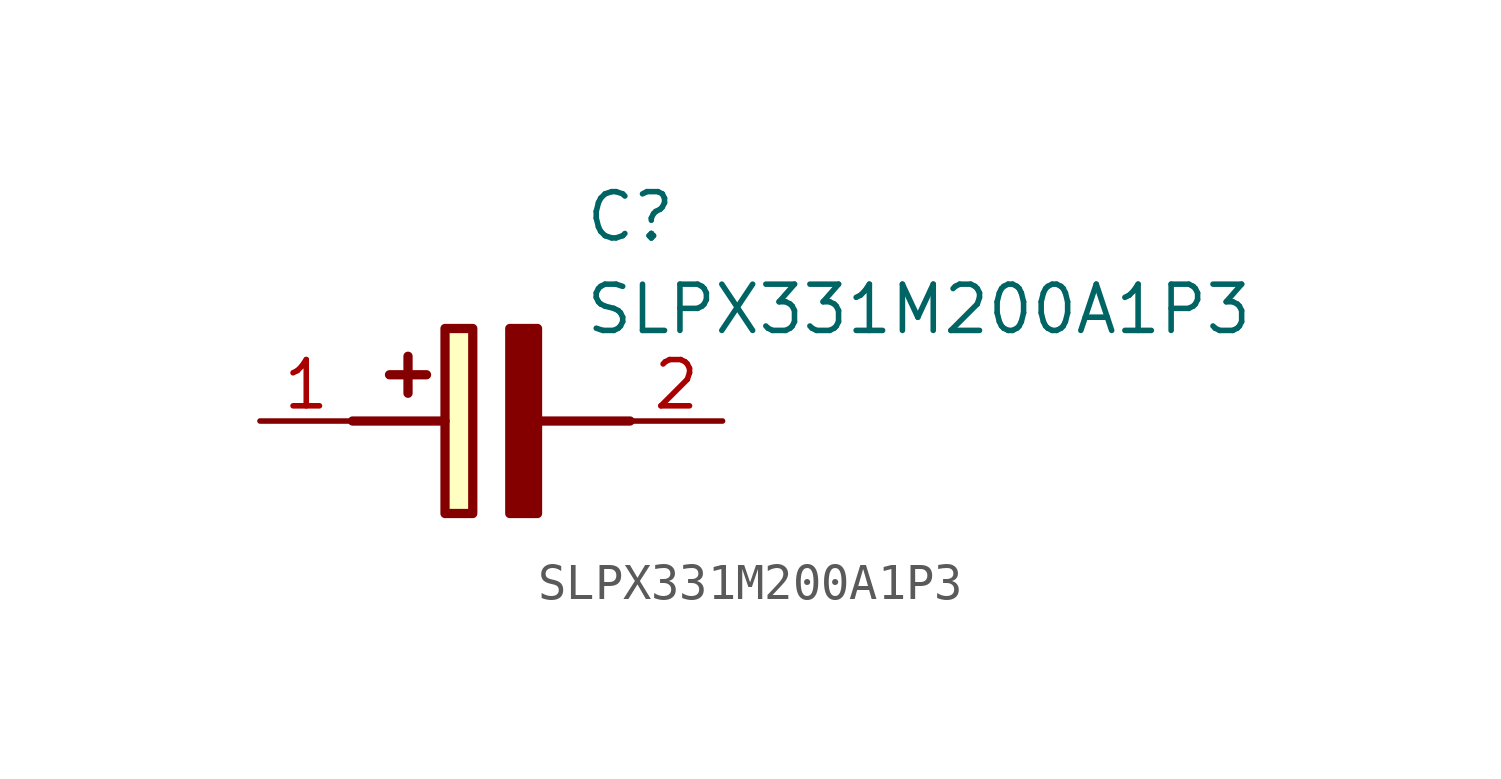
<source format=kicad_sym>
(kicad_symbol_lib
  (version 20211014)
  (generator SamacSys_ECAD_Model)
  (symbol "SLPX331M200A1P3"
    (pin_names hide)
    (property "Reference" "C"
      (at 8.89 6.35 0)
      (effects (font (size 1.27 1.27)) (justify left top)))
    (property "Value" "SLPX331M200A1P3"
      (at 8.89 3.81 0)
      (effects (font (size 1.27 1.27)) (justify left top)))
    (rectangle
      (start 5.08 2.54)
      (end 5.842 -2.54)
      (stroke (width 0.254) (type default))
      (fill (type background)))
    (polyline
      (pts (xy 4.572 1.27) (xy 3.556 1.27))
      (stroke (width 0.254) (type default))
      (fill (type none)))
    (polyline
      (pts (xy 4.064 1.778) (xy 4.064 0.762))
      (stroke (width 0.254) (type default))
      (fill (type none)))
    (polyline
      (pts (xy 2.54 0) (xy 5.08 0))
      (stroke (width 0.254) (type default))
      (fill (type none)))
    (polyline
      (pts (xy 7.62 0) (xy 10.16 0))
      (stroke (width 0.254) (type default))
      (fill (type none)))
    (polyline
      (pts (xy 7.62 2.54) (xy 7.62 -2.54) (xy 6.858 -2.54) (xy 6.858 2.54) (xy 7.62 2.54))
      (stroke (width 0.254) (type default))
      (fill (type outline)))
    (pin passive line
      (at 0 0 0)
      (length 2.54)
      (name "+" (effects (font (size 1.27 1.27))))
      (number "1" (effects (font (size 1.27 1.27)))))
    (pin passive line
      (at 12.7 0 180)
      (length 2.54)
      (name "-" (effects (font (size 1.27 1.27))))
      (number "2" (effects (font (size 1.27 1.27)))))))
</source>
